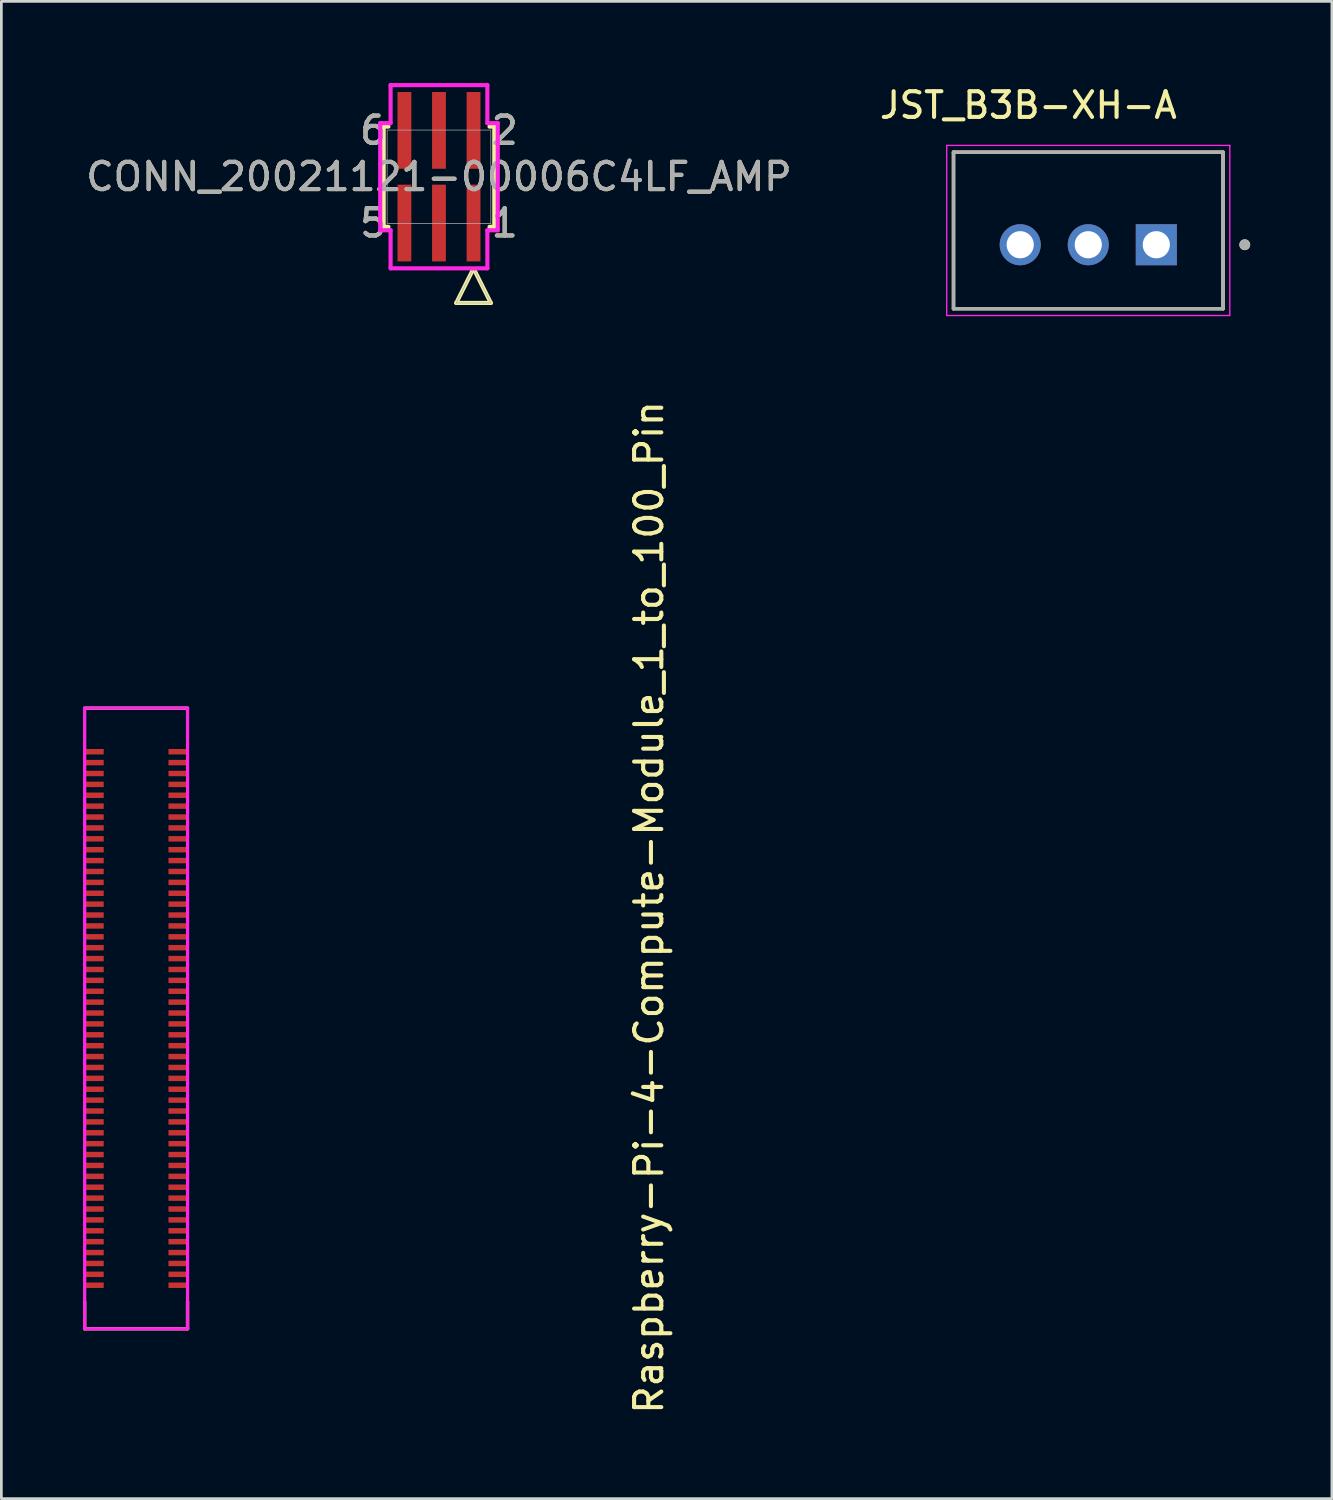
<source format=kicad_pcb>
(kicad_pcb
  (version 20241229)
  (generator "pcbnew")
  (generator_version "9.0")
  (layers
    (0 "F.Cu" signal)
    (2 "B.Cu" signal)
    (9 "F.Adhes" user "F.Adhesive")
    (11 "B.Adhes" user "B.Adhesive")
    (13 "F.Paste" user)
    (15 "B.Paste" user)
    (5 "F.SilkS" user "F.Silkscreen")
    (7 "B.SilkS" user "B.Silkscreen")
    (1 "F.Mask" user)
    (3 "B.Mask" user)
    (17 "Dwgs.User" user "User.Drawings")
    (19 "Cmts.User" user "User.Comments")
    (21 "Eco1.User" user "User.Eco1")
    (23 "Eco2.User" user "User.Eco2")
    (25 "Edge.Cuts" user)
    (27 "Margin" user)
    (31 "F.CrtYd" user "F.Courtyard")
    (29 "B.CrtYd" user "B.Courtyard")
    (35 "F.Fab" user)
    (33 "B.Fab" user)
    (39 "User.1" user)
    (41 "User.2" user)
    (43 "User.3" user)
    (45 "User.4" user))
  (footprint "Raspberry-Pi-4-Compute-Module_1_to_100_Pin"
    (layer "F.Cu")
    (at 2.41 35.366)
    (property "Reference" "Raspberry-Pi-4-Compute-Module_1_to_100_Pin" (at 18.38 -5.08 270) (layer "F.SilkS") (effects (font (size 1 1) (thickness 0.15))))
    (attr smd)
    (fp_line (start -2.35 -12.4) (end 1.43 -12.4) (stroke (width 0.12) (type solid)) (layer "F.SilkS"))
    (fp_line (start -2.35 10.4) (end -2.35 9.4) (stroke (width 0.12) (type solid)) (layer "F.SilkS"))
    (fp_line (start -2.35 10.4) (end 1.43 10.4) (stroke (width 0.12) (type solid)) (layer "F.SilkS"))
    (fp_line (start 1.43 10.4) (end 1.43 9.4) (stroke (width 0.12) (type solid)) (layer "F.SilkS"))
    (fp_line (start -2.35 -12.4) (end 1.43 -12.4) (stroke (width 0.12) (type solid)) (layer "F.CrtYd"))
    (fp_line (start -2.35 10.4) (end -2.35 -12.4) (stroke (width 0.12) (type solid)) (layer "F.CrtYd"))
    (fp_line (start 1.43 -12.4) (end 1.43 10.4) (stroke (width 0.12) (type solid)) (layer "F.CrtYd"))
    (fp_line (start 1.43 10.4) (end -2.35 10.4) (stroke (width 0.12) (type solid)) (layer "F.CrtYd"))
    (pad "1" smd rect (at -2 -10.8 270) (size 0.2 0.7) (layers "F.Cu" "F.Mask" "F.Paste"))
    (pad "2" smd rect (at 1.08 -10.8 270) (size 0.2 0.7) (layers "F.Cu" "F.Mask" "F.Paste"))
    (pad "3" smd rect (at -2 -10.4 270) (size 0.2 0.7) (layers "F.Cu" "F.Mask" "F.Paste"))
    (pad "4" smd rect (at 1.08 -10.4 270) (size 0.2 0.7) (layers "F.Cu" "F.Mask" "F.Paste"))
    (pad "5" smd rect (at -2 -10 270) (size 0.2 0.7) (layers "F.Cu" "F.Mask" "F.Paste"))
    (pad "6" smd rect (at 1.08 -10 270) (size 0.2 0.7) (layers "F.Cu" "F.Mask" "F.Paste"))
    (pad "7" smd rect (at -2 -9.6 270) (size 0.2 0.7) (layers "F.Cu" "F.Mask" "F.Paste"))
    (pad "8" smd rect (at 1.08 -9.6 270) (size 0.2 0.7) (layers "F.Cu" "F.Mask" "F.Paste"))
    (pad "9" smd rect (at -2 -9.2 270) (size 0.2 0.7) (layers "F.Cu" "F.Mask" "F.Paste"))
    (pad "10" smd rect (at 1.08 -9.2 270) (size 0.2 0.7) (layers "F.Cu" "F.Mask" "F.Paste"))
    (pad "11" smd rect (at -2 -8.8 270) (size 0.2 0.7) (layers "F.Cu" "F.Mask" "F.Paste"))
    (pad "12" smd rect (at 1.08 -8.8 270) (size 0.2 0.7) (layers "F.Cu" "F.Mask" "F.Paste"))
    (pad "13" smd rect (at -2 -8.4 270) (size 0.2 0.7) (layers "F.Cu" "F.Mask" "F.Paste"))
    (pad "14" smd rect (at 1.08 -8.4 270) (size 0.2 0.7) (layers "F.Cu" "F.Mask" "F.Paste"))
    (pad "15" smd rect (at -2 -8 270) (size 0.2 0.7) (layers "F.Cu" "F.Mask" "F.Paste"))
    (pad "16" smd rect (at 1.08 -8 270) (size 0.2 0.7) (layers "F.Cu" "F.Mask" "F.Paste"))
    (pad "17" smd rect (at -2 -7.6 270) (size 0.2 0.7) (layers "F.Cu" "F.Mask" "F.Paste"))
    (pad "18" smd rect (at 1.08 -7.6 270) (size 0.2 0.7) (layers "F.Cu" "F.Mask" "F.Paste"))
    (pad "19" smd rect (at -2 -7.2 270) (size 0.2 0.7) (layers "F.Cu" "F.Mask" "F.Paste"))
    (pad "20" smd rect (at 1.08 -7.2 270) (size 0.2 0.7) (layers "F.Cu" "F.Mask" "F.Paste"))
    (pad "21" smd rect (at -2 -6.8 270) (size 0.2 0.7) (layers "F.Cu" "F.Mask" "F.Paste"))
    (pad "22" smd rect (at 1.08 -6.8 270) (size 0.2 0.7) (layers "F.Cu" "F.Mask" "F.Paste"))
    (pad "23" smd rect (at -2 -6.4 270) (size 0.2 0.7) (layers "F.Cu" "F.Mask" "F.Paste"))
    (pad "24" smd rect (at 1.08 -6.4 270) (size 0.2 0.7) (layers "F.Cu" "F.Mask" "F.Paste"))
    (pad "25" smd rect (at -2 -6 270) (size 0.2 0.7) (layers "F.Cu" "F.Mask" "F.Paste"))
    (pad "26" smd rect (at 1.08 -6 270) (size 0.2 0.7) (layers "F.Cu" "F.Mask" "F.Paste"))
    (pad "27" smd rect (at -2 -5.6 270) (size 0.2 0.7) (layers "F.Cu" "F.Mask" "F.Paste"))
    (pad "28" smd rect (at 1.08 -5.6 270) (size 0.2 0.7) (layers "F.Cu" "F.Mask" "F.Paste"))
    (pad "29" smd rect (at -2 -5.2 270) (size 0.2 0.7) (layers "F.Cu" "F.Mask" "F.Paste"))
    (pad "30" smd rect (at 1.08 -5.2 270) (size 0.2 0.7) (layers "F.Cu" "F.Mask" "F.Paste"))
    (pad "31" smd rect (at -2 -4.8 270) (size 0.2 0.7) (layers "F.Cu" "F.Mask" "F.Paste"))
    (pad "32" smd rect (at 1.08 -4.8 270) (size 0.2 0.7) (layers "F.Cu" "F.Mask" "F.Paste"))
    (pad "33" smd rect (at -2 -4.4 270) (size 0.2 0.7) (layers "F.Cu" "F.Mask" "F.Paste"))
    (pad "34" smd rect (at 1.08 -4.4 270) (size 0.2 0.7) (layers "F.Cu" "F.Mask" "F.Paste"))
    (pad "35" smd rect (at -2 -4 270) (size 0.2 0.7) (layers "F.Cu" "F.Mask" "F.Paste"))
    (pad "36" smd rect (at 1.08 -4 270) (size 0.2 0.7) (layers "F.Cu" "F.Mask" "F.Paste"))
    (pad "37" smd rect (at -2 -3.6 270) (size 0.2 0.7) (layers "F.Cu" "F.Mask" "F.Paste"))
    (pad "38" smd rect (at 1.08 -3.6 270) (size 0.2 0.7) (layers "F.Cu" "F.Mask" "F.Paste"))
    (pad "39" smd rect (at -2 -3.2 270) (size 0.2 0.7) (layers "F.Cu" "F.Mask" "F.Paste"))
    (pad "40" smd rect (at 1.08 -3.2 270) (size 0.2 0.7) (layers "F.Cu" "F.Mask" "F.Paste"))
    (pad "41" smd rect (at -2 -2.8 270) (size 0.2 0.7) (layers "F.Cu" "F.Mask" "F.Paste"))
    (pad "42" smd rect (at 1.08 -2.8 270) (size 0.2 0.7) (layers "F.Cu" "F.Mask" "F.Paste"))
    (pad "43" smd rect (at -2 -2.4 270) (size 0.2 0.7) (layers "F.Cu" "F.Mask" "F.Paste"))
    (pad "44" smd rect (at 1.08 -2.4 270) (size 0.2 0.7) (layers "F.Cu" "F.Mask" "F.Paste"))
    (pad "45" smd rect (at -2 -2 270) (size 0.2 0.7) (layers "F.Cu" "F.Mask" "F.Paste"))
    (pad "46" smd rect (at 1.08 -2 270) (size 0.2 0.7) (layers "F.Cu" "F.Mask" "F.Paste"))
    (pad "47" smd rect (at -2 -1.6 270) (size 0.2 0.7) (layers "F.Cu" "F.Mask" "F.Paste"))
    (pad "48" smd rect (at 1.08 -1.6 270) (size 0.2 0.7) (layers "F.Cu" "F.Mask" "F.Paste"))
    (pad "49" smd rect (at -2 -1.2 270) (size 0.2 0.7) (layers "F.Cu" "F.Mask" "F.Paste"))
    (pad "50" smd rect (at 1.08 -1.2 270) (size 0.2 0.7) (layers "F.Cu" "F.Mask" "F.Paste"))
    (pad "51" smd rect (at -2 -0.8 270) (size 0.2 0.7) (layers "F.Cu" "F.Mask" "F.Paste"))
    (pad "52" smd rect (at 1.08 -0.8 270) (size 0.2 0.7) (layers "F.Cu" "F.Mask" "F.Paste"))
    (pad "53" smd rect (at -2 -0.4 270) (size 0.2 0.7) (layers "F.Cu" "F.Mask" "F.Paste"))
    (pad "54" smd rect (at 1.08 -0.4 270) (size 0.2 0.7) (layers "F.Cu" "F.Mask" "F.Paste"))
    (pad "55" smd rect (at -2 0 270) (size 0.2 0.7) (layers "F.Cu" "F.Mask" "F.Paste"))
    (pad "56" smd rect (at 1.08 0 270) (size 0.2 0.7) (layers "F.Cu" "F.Mask" "F.Paste"))
    (pad "57" smd rect (at -2 0.4 270) (size 0.2 0.7) (layers "F.Cu" "F.Mask" "F.Paste"))
    (pad "58" smd rect (at 1.08 0.4 270) (size 0.2 0.7) (layers "F.Cu" "F.Mask" "F.Paste"))
    (pad "59" smd rect (at -2 0.8 270) (size 0.2 0.7) (layers "F.Cu" "F.Mask" "F.Paste"))
    (pad "60" smd rect (at 1.08 0.8 270) (size 0.2 0.7) (layers "F.Cu" "F.Mask" "F.Paste"))
    (pad "61" smd rect (at -2 1.2 270) (size 0.2 0.7) (layers "F.Cu" "F.Mask" "F.Paste"))
    (pad "62" smd rect (at 1.08 1.2 270) (size 0.2 0.7) (layers "F.Cu" "F.Mask" "F.Paste"))
    (pad "63" smd rect (at -2 1.6 270) (size 0.2 0.7) (layers "F.Cu" "F.Mask" "F.Paste"))
    (pad "64" smd rect (at 1.08 1.6 270) (size 0.2 0.7) (layers "F.Cu" "F.Mask" "F.Paste"))
    (pad "65" smd rect (at -2 2 270) (size 0.2 0.7) (layers "F.Cu" "F.Mask" "F.Paste"))
    (pad "66" smd rect (at 1.08 2 270) (size 0.2 0.7) (layers "F.Cu" "F.Mask" "F.Paste"))
    (pad "67" smd rect (at -2 2.4 270) (size 0.2 0.7) (layers "F.Cu" "F.Mask" "F.Paste"))
    (pad "68" smd rect (at 1.08 2.4 270) (size 0.2 0.7) (layers "F.Cu" "F.Mask" "F.Paste"))
    (pad "69" smd rect (at -2 2.8 270) (size 0.2 0.7) (layers "F.Cu" "F.Mask" "F.Paste"))
    (pad "70" smd rect (at 1.08 2.8 270) (size 0.2 0.7) (layers "F.Cu" "F.Mask" "F.Paste"))
    (pad "71" smd rect (at -2 3.2 270) (size 0.2 0.7) (layers "F.Cu" "F.Mask" "F.Paste"))
    (pad "72" smd rect (at 1.08 3.2 270) (size 0.2 0.7) (layers "F.Cu" "F.Mask" "F.Paste"))
    (pad "73" smd rect (at -2 3.6 270) (size 0.2 0.7) (layers "F.Cu" "F.Mask" "F.Paste"))
    (pad "74" smd rect (at 1.08 3.6 270) (size 0.2 0.7) (layers "F.Cu" "F.Mask" "F.Paste"))
    (pad "75" smd rect (at -2 4 270) (size 0.2 0.7) (layers "F.Cu" "F.Mask" "F.Paste"))
    (pad "76" smd rect (at 1.08 4 270) (size 0.2 0.7) (layers "F.Cu" "F.Mask" "F.Paste"))
    (pad "77" smd rect (at -2 4.4 270) (size 0.2 0.7) (layers "F.Cu" "F.Mask" "F.Paste"))
    (pad "78" smd rect (at 1.08 4.4 270) (size 0.2 0.7) (layers "F.Cu" "F.Mask" "F.Paste"))
    (pad "79" smd rect (at -2 4.8 270) (size 0.2 0.7) (layers "F.Cu" "F.Mask" "F.Paste"))
    (pad "80" smd rect (at 1.08 4.8 270) (size 0.2 0.7) (layers "F.Cu" "F.Mask" "F.Paste"))
    (pad "81" smd rect (at -2 5.2 270) (size 0.2 0.7) (layers "F.Cu" "F.Mask" "F.Paste"))
    (pad "82" smd rect (at 1.08 5.2 270) (size 0.2 0.7) (layers "F.Cu" "F.Mask" "F.Paste"))
    (pad "83" smd rect (at -2 5.6 270) (size 0.2 0.7) (layers "F.Cu" "F.Mask" "F.Paste"))
    (pad "84" smd rect (at 1.08 5.6 270) (size 0.2 0.7) (layers "F.Cu" "F.Mask" "F.Paste"))
    (pad "85" smd rect (at -2 6 270) (size 0.2 0.7) (layers "F.Cu" "F.Mask" "F.Paste"))
    (pad "86" smd rect (at 1.08 6 270) (size 0.2 0.7) (layers "F.Cu" "F.Mask" "F.Paste"))
    (pad "87" smd rect (at -2 6.4 270) (size 0.2 0.7) (layers "F.Cu" "F.Mask" "F.Paste"))
    (pad "88" smd rect (at 1.08 6.4 270) (size 0.2 0.7) (layers "F.Cu" "F.Mask" "F.Paste"))
    (pad "89" smd rect (at -2 6.8 270) (size 0.2 0.7) (layers "F.Cu" "F.Mask" "F.Paste"))
    (pad "90" smd rect (at 1.08 6.8 270) (size 0.2 0.7) (layers "F.Cu" "F.Mask" "F.Paste"))
    (pad "91" smd rect (at -2 7.2 270) (size 0.2 0.7) (layers "F.Cu" "F.Mask" "F.Paste"))
    (pad "92" smd rect (at 1.08 7.2 270) (size 0.2 0.7) (layers "F.Cu" "F.Mask" "F.Paste"))
    (pad "93" smd rect (at -2 7.6 270) (size 0.2 0.7) (layers "F.Cu" "F.Mask" "F.Paste"))
    (pad "94" smd rect (at 1.08 7.6 270) (size 0.2 0.7) (layers "F.Cu" "F.Mask" "F.Paste"))
    (pad "95" smd rect (at -2 8 270) (size 0.2 0.7) (layers "F.Cu" "F.Mask" "F.Paste"))
    (pad "96" smd rect (at 1.08 8 270) (size 0.2 0.7) (layers "F.Cu" "F.Mask" "F.Paste"))
    (pad "97" smd rect (at -2 8.4 270) (size 0.2 0.7) (layers "F.Cu" "F.Mask" "F.Paste"))
    (pad "98" smd rect (at 1.08 8.4 270) (size 0.2 0.7) (layers "F.Cu" "F.Mask" "F.Paste"))
    (pad "99" smd rect (at -2 8.8 270) (size 0.2 0.7) (layers "F.Cu" "F.Mask" "F.Paste"))
    (pad "100" smd rect (at 1.08 8.8 270) (size 0.2 0.7) (layers "F.Cu" "F.Mask" "F.Paste")))
  (footprint "CONN_20021121-00006C4LF_AMP"
    (layer "F.Cu")
    (at 13.077 3.442)
    (property "Reference" "CONN_20021121-00006C4LF_AMP" (at 0 0 0) (unlocked yes) (layer "F.SilkS") (effects (font (size 1 1) (thickness 0.15))))
    (attr smd)
    (fp_line (start -2.032 -1.841) (end -2.032 1.841) (stroke (width 0.152) (type solid)) (layer "F.SilkS"))
    (fp_line (start -2.032 1.841) (end -1.857 1.841) (stroke (width 0.152) (type solid)) (layer "F.SilkS"))
    (fp_line (start -1.857 -1.841) (end -2.032 -1.841) (stroke (width 0.152) (type solid)) (layer "F.SilkS"))
    (fp_line (start 0.635 4.638) (end 1.905 4.638) (stroke (width 0.152) (type solid)) (layer "F.SilkS"))
    (fp_line (start 1.232 3.444) (end 0.635 4.638) (stroke (width 0.152) (type solid)) (layer "F.SilkS"))
    (fp_line (start 1.857 1.841) (end 2.032 1.841) (stroke (width 0.152) (type solid)) (layer "F.SilkS"))
    (fp_line (start 1.905 4.638) (end 1.308 3.444) (stroke (width 0.152) (type solid)) (layer "F.SilkS"))
    (fp_line (start 2.032 -1.841) (end 1.857 -1.841) (stroke (width 0.152) (type solid)) (layer "F.SilkS"))
    (fp_line (start 2.032 1.841) (end 2.032 -1.841) (stroke (width 0.152) (type solid)) (layer "F.SilkS"))
    (fp_line (start -2.159 -1.968) (end -1.778 -1.968) (stroke (width 0.152) (type solid)) (layer "F.CrtYd"))
    (fp_line (start -2.159 1.968) (end -2.159 -1.968) (stroke (width 0.152) (type solid)) (layer "F.CrtYd"))
    (fp_line (start -1.778 -1.968) (end -1.778 -3.365) (stroke (width 0.152) (type solid)) (layer "F.CrtYd"))
    (fp_line (start -1.778 1.968) (end -2.159 1.968) (stroke (width 0.152) (type solid)) (layer "F.CrtYd"))
    (fp_line (start -1.778 3.365) (end -1.778 1.968) (stroke (width 0.152) (type solid)) (layer "F.CrtYd"))
    (fp_line (start -1.778 3.365) (end 1.778 3.365) (stroke (width 0.152) (type solid)) (layer "F.CrtYd"))
    (fp_line (start 1.778 -3.365) (end -1.778 -3.365) (stroke (width 0.152) (type solid)) (layer "F.CrtYd"))
    (fp_line (start 1.778 -3.365) (end 1.778 -1.968) (stroke (width 0.152) (type solid)) (layer "F.CrtYd"))
    (fp_line (start 1.778 -1.968) (end 2.159 -1.968) (stroke (width 0.152) (type solid)) (layer "F.CrtYd"))
    (fp_line (start 1.778 1.968) (end 1.778 3.365) (stroke (width 0.152) (type solid)) (layer "F.CrtYd"))
    (fp_line (start 2.159 -1.968) (end 2.159 1.968) (stroke (width 0.152) (type solid)) (layer "F.CrtYd"))
    (fp_line (start 2.159 1.968) (end 1.778 1.968) (stroke (width 0.152) (type solid)) (layer "F.CrtYd"))
    (fp_line (start -1.905 -1.714) (end -1.905 1.714) (stroke (width 0.025) (type solid)) (layer "F.Fab"))
    (fp_line (start -1.905 1.714) (end 1.905 1.714) (stroke (width 0.025) (type solid)) (layer "F.Fab"))
    (fp_line (start 0.635 4.638) (end 1.905 4.638) (stroke (width 0.025) (type solid)) (layer "F.Fab"))
    (fp_line (start 1.27 3.368) (end 0.635 4.638) (stroke (width 0.025) (type solid)) (layer "F.Fab"))
    (fp_line (start 1.905 -1.714) (end -1.905 -1.714) (stroke (width 0.025) (type solid)) (layer "F.Fab"))
    (fp_line (start 1.905 1.714) (end 1.905 -1.714) (stroke (width 0.025) (type solid)) (layer "F.Fab"))
    (fp_line (start 1.905 4.638) (end 1.27 3.368) (stroke (width 0.025) (type solid)) (layer "F.Fab"))
    (fp_text user "2" (at 2.413 -1.702 0) (unlocked yes) (layer "F.SilkS") (effects (font (size 1 1) (thickness 0.15))))
    (fp_text user "6" (at -2.413 -1.702 0) (unlocked yes) (layer "F.SilkS") (effects (font (size 1 1) (thickness 0.15))))
    (fp_text user "5" (at -2.413 1.702 0) (unlocked yes) (layer "F.SilkS") (effects (font (size 1 1) (thickness 0.15))))
    (fp_text user "1" (at 2.413 1.702 0) (unlocked yes) (layer "F.SilkS") (effects (font (size 1 1) (thickness 0.15))))
    (fp_text user "6" (at -2.413 -1.702 0) (unlocked yes) (layer "F.Fab") (effects (font (size 1 1) (thickness 0.15))))
    (fp_text user "5" (at -2.413 1.702 0) (unlocked yes) (layer "F.Fab") (effects (font (size 1 1) (thickness 0.15))))
    (fp_text user "1" (at 2.413 1.702 0) (unlocked yes) (layer "F.Fab") (effects (font (size 1 1) (thickness 0.15))))
    (fp_text user "2" (at 2.413 -1.702 0) (unlocked yes) (layer "F.Fab") (effects (font (size 1 1) (thickness 0.15))))
    (fp_text user "${REFERENCE}" (at 0 0 0) (unlocked yes) (layer "F.Fab") (effects (font (size 1 1) (thickness 0.15))))
    (pad "1" smd rect (at 1.27 1.702) (size 0.508 2.819) (layers "F.Cu" "F.Mask" "F.Paste"))
    (pad "2" smd rect (at 1.27 -1.702) (size 0.508 2.819) (layers "F.Cu" "F.Mask" "F.Paste"))
    (pad "3" smd rect (at 0 1.702) (size 0.508 2.819) (layers "F.Cu" "F.Mask" "F.Paste"))
    (pad "4" smd rect (at 0 -1.702) (size 0.508 2.819) (layers "F.Cu" "F.Mask" "F.Paste"))
    (pad "5" smd rect (at -1.27 1.702) (size 0.508 2.819) (layers "F.Cu" "F.Mask" "F.Paste"))
    (pad "6" smd rect (at -1.27 -1.702) (size 0.508 2.819) (layers "F.Cu" "F.Mask" "F.Paste")))
  (footprint "JST_B3B-XH-A"
    (layer "F.Cu")
    (at 36.93 5.416)
    (property "Reference" "JST_B3B-XH-A" (at -2.2 -4.6 0) (layer "F.SilkS") (effects (font (size 0.945 0.945) (thickness 0.15))))
    (attr through_hole)
    (fp_line (start -4.95 -2.875) (end 4.95 -2.875) (stroke (width 0.127) (type solid)) (layer "F.SilkS"))
    (fp_line (start -4.95 2.875) (end -4.95 -2.875) (stroke (width 0.127) (type solid)) (layer "F.SilkS"))
    (fp_line (start 4.95 -2.875) (end 4.95 2.875) (stroke (width 0.127) (type solid)) (layer "F.SilkS"))
    (fp_line (start 4.95 2.875) (end -4.95 2.875) (stroke (width 0.127) (type solid)) (layer "F.SilkS"))
    (fp_circle (center 5.75 0.525) (end 5.85 0.525) (stroke (width 0.2) (type solid)) (fill no) (layer "F.SilkS"))
    (fp_line (start -5.2 -3.125) (end 5.2 -3.125) (stroke (width 0.05) (type solid)) (layer "F.CrtYd"))
    (fp_line (start -5.2 3.125) (end -5.2 -3.125) (stroke (width 0.05) (type solid)) (layer "F.CrtYd"))
    (fp_line (start 5.2 -3.125) (end 5.2 3.125) (stroke (width 0.05) (type solid)) (layer "F.CrtYd"))
    (fp_line (start 5.2 3.125) (end -5.2 3.125) (stroke (width 0.05) (type solid)) (layer "F.CrtYd"))
    (fp_line (start -4.95 -2.875) (end 4.95 -2.875) (stroke (width 0.127) (type solid)) (layer "F.Fab"))
    (fp_line (start -4.95 2.875) (end -4.95 -2.875) (stroke (width 0.127) (type solid)) (layer "F.Fab"))
    (fp_line (start 4.95 -2.875) (end 4.95 2.875) (stroke (width 0.127) (type solid)) (layer "F.Fab"))
    (fp_line (start 4.95 2.875) (end -4.95 2.875) (stroke (width 0.127) (type solid)) (layer "F.Fab"))
    (fp_circle (center 5.75 0.525) (end 5.85 0.525) (stroke (width 0.2) (type solid)) (fill no) (layer "F.Fab"))
    (pad "1" thru_hole rect (at 2.5 0.525) (size 1.508 1.508) (drill 1) (layers "*.Cu" "*.Mask"))
    (pad "2" thru_hole circle (at 0 0.525) (size 1.508 1.508) (drill 1) (layers "*.Cu" "*.Mask"))
    (pad "3" thru_hole circle (at -2.5 0.525) (size 1.508 1.508) (drill 1) (layers "*.Cu" "*.Mask")))
  (gr_rect
    (start -3 -3)
    (end 45.88 52.006)
    (stroke (width 0.1) (type default))
    (fill no)
    (layer "Edge.Cuts")))
</source>
